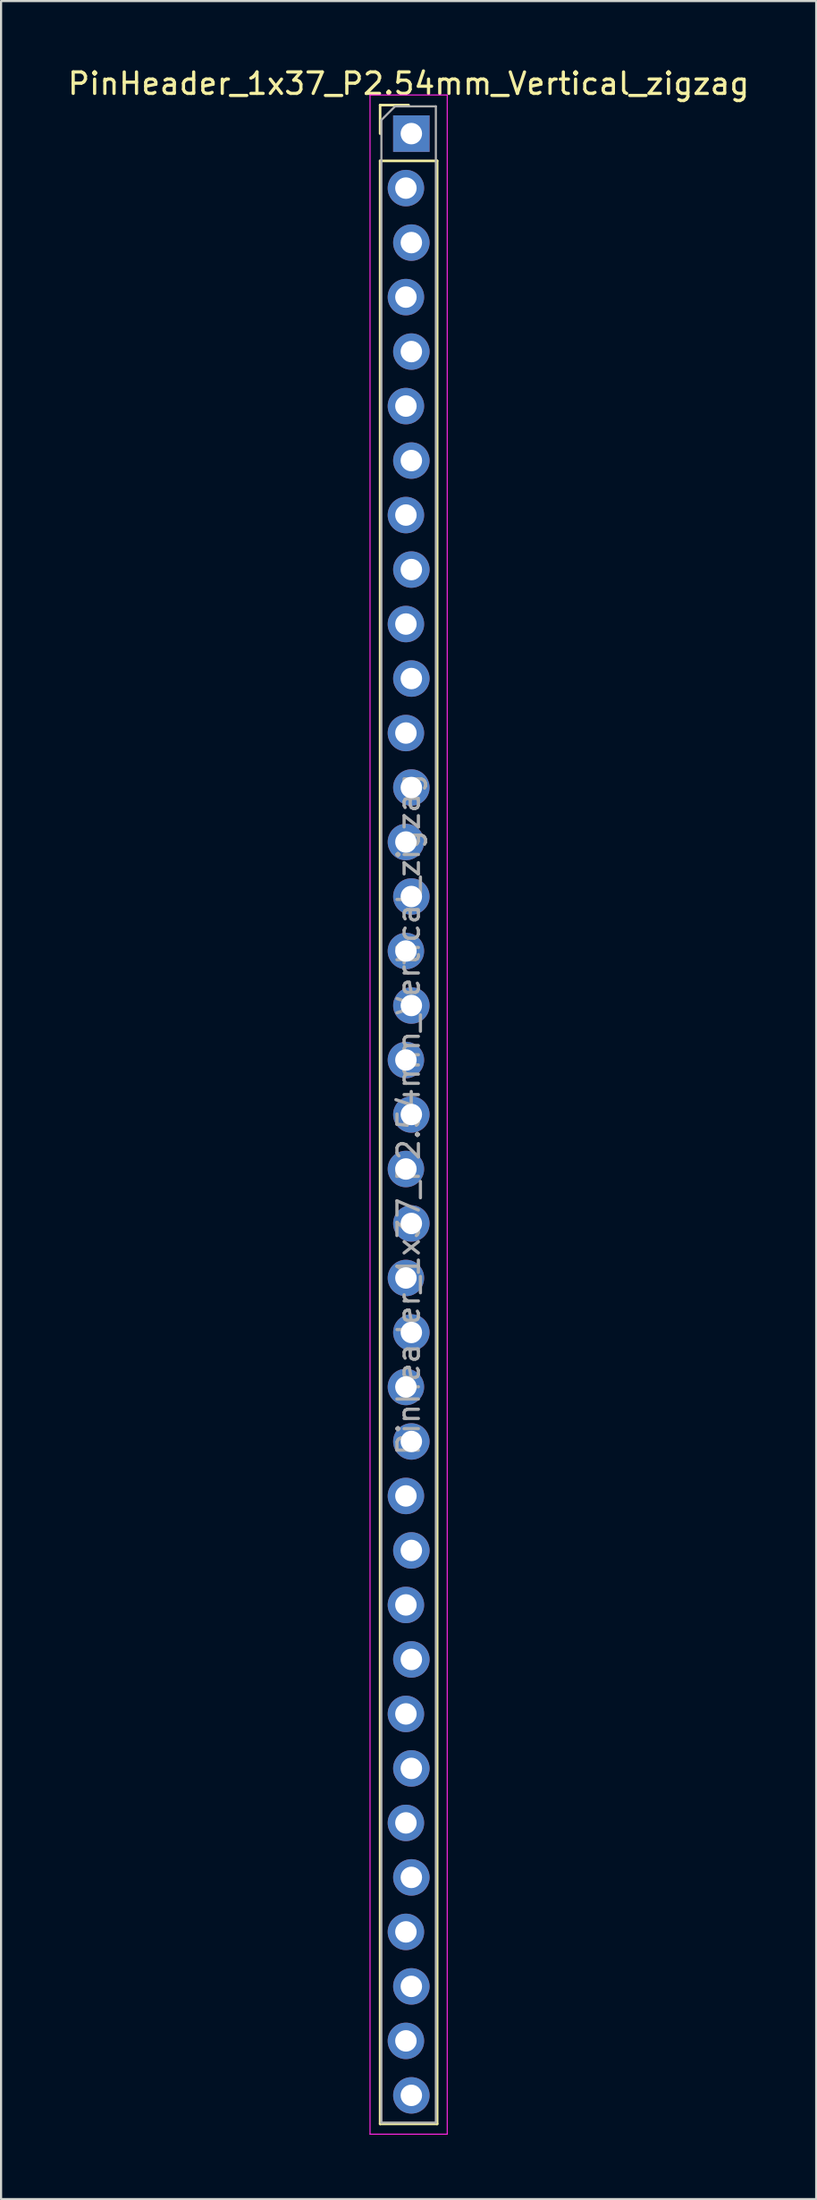
<source format=kicad_pcb>
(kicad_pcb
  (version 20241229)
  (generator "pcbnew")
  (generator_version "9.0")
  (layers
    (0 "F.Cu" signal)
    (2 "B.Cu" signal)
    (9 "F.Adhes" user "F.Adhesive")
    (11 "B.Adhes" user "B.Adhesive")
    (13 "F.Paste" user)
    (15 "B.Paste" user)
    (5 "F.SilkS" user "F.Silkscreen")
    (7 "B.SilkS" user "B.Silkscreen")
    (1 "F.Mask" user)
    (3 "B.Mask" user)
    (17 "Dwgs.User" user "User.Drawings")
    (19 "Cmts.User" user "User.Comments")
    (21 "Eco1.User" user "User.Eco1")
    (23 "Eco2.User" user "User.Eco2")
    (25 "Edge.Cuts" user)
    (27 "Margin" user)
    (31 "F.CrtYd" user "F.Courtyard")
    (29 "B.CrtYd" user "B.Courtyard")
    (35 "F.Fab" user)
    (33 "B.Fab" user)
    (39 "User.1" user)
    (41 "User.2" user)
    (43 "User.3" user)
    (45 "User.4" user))
  (footprint "PinHeader_1x37_P2.54mm_Vertical_zigzag"
    (layer "F.Cu")
    (at 16.006 3.178)
    (property "Reference" "PinHeader_1x37_P2.54mm_Vertical_zigzag" (at 0 -2.33 0) (layer "F.SilkS") (effects (font (size 1 1) (thickness 0.15))))
    (attr through_hole)
    (fp_line (start -1.33 -1.33) (end 0 -1.33) (stroke (width 0.12) (type solid)) (layer "F.SilkS"))
    (fp_line (start -1.33 0) (end -1.33 -1.33) (stroke (width 0.12) (type solid)) (layer "F.SilkS"))
    (fp_line (start -1.33 1.27) (end -1.33 92.77) (stroke (width 0.12) (type solid)) (layer "F.SilkS"))
    (fp_line (start -1.33 1.27) (end 1.33 1.27) (stroke (width 0.12) (type solid)) (layer "F.SilkS"))
    (fp_line (start -1.33 92.77) (end 1.33 92.77) (stroke (width 0.12) (type solid)) (layer "F.SilkS"))
    (fp_line (start 1.33 1.27) (end 1.33 92.77) (stroke (width 0.12) (type solid)) (layer "F.SilkS"))
    (fp_line (start -1.8 -1.8) (end -1.8 93.25) (stroke (width 0.05) (type solid)) (layer "F.CrtYd"))
    (fp_line (start -1.8 93.25) (end 1.8 93.25) (stroke (width 0.05) (type solid)) (layer "F.CrtYd"))
    (fp_line (start 1.8 -1.8) (end -1.8 -1.8) (stroke (width 0.05) (type solid)) (layer "F.CrtYd"))
    (fp_line (start 1.8 93.25) (end 1.8 -1.8) (stroke (width 0.05) (type solid)) (layer "F.CrtYd"))
    (fp_line (start -1.27 -0.635) (end -0.635 -1.27) (stroke (width 0.1) (type solid)) (layer "F.Fab"))
    (fp_line (start -1.27 92.71) (end -1.27 -0.635) (stroke (width 0.1) (type solid)) (layer "F.Fab"))
    (fp_line (start -0.635 -1.27) (end 1.27 -1.27) (stroke (width 0.1) (type solid)) (layer "F.Fab"))
    (fp_line (start 1.27 -1.27) (end 1.27 92.71) (stroke (width 0.1) (type solid)) (layer "F.Fab"))
    (fp_line (start 1.27 92.71) (end -1.27 92.71) (stroke (width 0.1) (type solid)) (layer "F.Fab"))
    (fp_text user "${REFERENCE}" (at 0 45.72 90) (layer "F.Fab") (effects (font (size 1 1) (thickness 0.15))))
    (pad "1" thru_hole rect (at 0.127 0) (size 1.7 1.7) (drill 1) (layers "*.Cu" "*.Mask"))
    (pad "2" thru_hole oval (at -0.127 2.54) (size 1.7 1.7) (drill 1) (layers "*.Cu" "*.Mask"))
    (pad "3" thru_hole oval (at 0.127 5.08) (size 1.7 1.7) (drill 1) (layers "*.Cu" "*.Mask"))
    (pad "4" thru_hole oval (at -0.127 7.62) (size 1.7 1.7) (drill 1) (layers "*.Cu" "*.Mask"))
    (pad "5" thru_hole oval (at 0.127 10.16) (size 1.7 1.7) (drill 1) (layers "*.Cu" "*.Mask"))
    (pad "6" thru_hole oval (at -0.127 12.7) (size 1.7 1.7) (drill 1) (layers "*.Cu" "*.Mask"))
    (pad "7" thru_hole oval (at 0.127 15.24) (size 1.7 1.7) (drill 1) (layers "*.Cu" "*.Mask"))
    (pad "8" thru_hole oval (at -0.127 17.78) (size 1.7 1.7) (drill 1) (layers "*.Cu" "*.Mask"))
    (pad "9" thru_hole oval (at 0.127 20.32) (size 1.7 1.7) (drill 1) (layers "*.Cu" "*.Mask"))
    (pad "10" thru_hole oval (at -0.127 22.86) (size 1.7 1.7) (drill 1) (layers "*.Cu" "*.Mask"))
    (pad "11" thru_hole oval (at 0.127 25.4) (size 1.7 1.7) (drill 1) (layers "*.Cu" "*.Mask"))
    (pad "12" thru_hole oval (at -0.127 27.94) (size 1.7 1.7) (drill 1) (layers "*.Cu" "*.Mask"))
    (pad "13" thru_hole oval (at 0.127 30.48) (size 1.7 1.7) (drill 1) (layers "*.Cu" "*.Mask"))
    (pad "14" thru_hole oval (at -0.127 33.02) (size 1.7 1.7) (drill 1) (layers "*.Cu" "*.Mask"))
    (pad "15" thru_hole oval (at 0.127 35.56) (size 1.7 1.7) (drill 1) (layers "*.Cu" "*.Mask"))
    (pad "16" thru_hole oval (at -0.127 38.1) (size 1.7 1.7) (drill 1) (layers "*.Cu" "*.Mask"))
    (pad "17" thru_hole oval (at 0.127 40.64) (size 1.7 1.7) (drill 1) (layers "*.Cu" "*.Mask"))
    (pad "18" thru_hole oval (at -0.127 43.18) (size 1.7 1.7) (drill 1) (layers "*.Cu" "*.Mask"))
    (pad "19" thru_hole oval (at 0.127 45.72) (size 1.7 1.7) (drill 1) (layers "*.Cu" "*.Mask"))
    (pad "20" thru_hole oval (at -0.127 48.26) (size 1.7 1.7) (drill 1) (layers "*.Cu" "*.Mask"))
    (pad "21" thru_hole oval (at 0.127 50.8) (size 1.7 1.7) (drill 1) (layers "*.Cu" "*.Mask"))
    (pad "22" thru_hole oval (at -0.127 53.34) (size 1.7 1.7) (drill 1) (layers "*.Cu" "*.Mask"))
    (pad "23" thru_hole oval (at 0.127 55.88) (size 1.7 1.7) (drill 1) (layers "*.Cu" "*.Mask"))
    (pad "24" thru_hole oval (at -0.127 58.42) (size 1.7 1.7) (drill 1) (layers "*.Cu" "*.Mask"))
    (pad "25" thru_hole oval (at 0.127 60.96) (size 1.7 1.7) (drill 1) (layers "*.Cu" "*.Mask"))
    (pad "26" thru_hole oval (at -0.127 63.5) (size 1.7 1.7) (drill 1) (layers "*.Cu" "*.Mask"))
    (pad "27" thru_hole oval (at 0.127 66.04) (size 1.7 1.7) (drill 1) (layers "*.Cu" "*.Mask"))
    (pad "28" thru_hole oval (at -0.127 68.58) (size 1.7 1.7) (drill 1) (layers "*.Cu" "*.Mask"))
    (pad "29" thru_hole oval (at 0.127 71.12) (size 1.7 1.7) (drill 1) (layers "*.Cu" "*.Mask"))
    (pad "30" thru_hole oval (at -0.127 73.66) (size 1.7 1.7) (drill 1) (layers "*.Cu" "*.Mask"))
    (pad "31" thru_hole oval (at 0.127 76.2) (size 1.7 1.7) (drill 1) (layers "*.Cu" "*.Mask"))
    (pad "32" thru_hole oval (at -0.127 78.74) (size 1.7 1.7) (drill 1) (layers "*.Cu" "*.Mask"))
    (pad "33" thru_hole oval (at 0.127 81.28) (size 1.7 1.7) (drill 1) (layers "*.Cu" "*.Mask"))
    (pad "34" thru_hole oval (at -0.127 83.82) (size 1.7 1.7) (drill 1) (layers "*.Cu" "*.Mask"))
    (pad "35" thru_hole oval (at 0.127 86.36) (size 1.7 1.7) (drill 1) (layers "*.Cu" "*.Mask"))
    (pad "36" thru_hole oval (at -0.127 88.9) (size 1.7 1.7) (drill 1) (layers "*.Cu" "*.Mask"))
    (pad "37" thru_hole oval (at 0.127 91.44) (size 1.7 1.7) (drill 1) (layers "*.Cu" "*.Mask")))
  (gr_rect
    (start -3 -3)
    (end 35.012 99.453)
    (stroke (width 0.1) (type default))
    (fill no)
    (layer "Edge.Cuts")))
</source>
